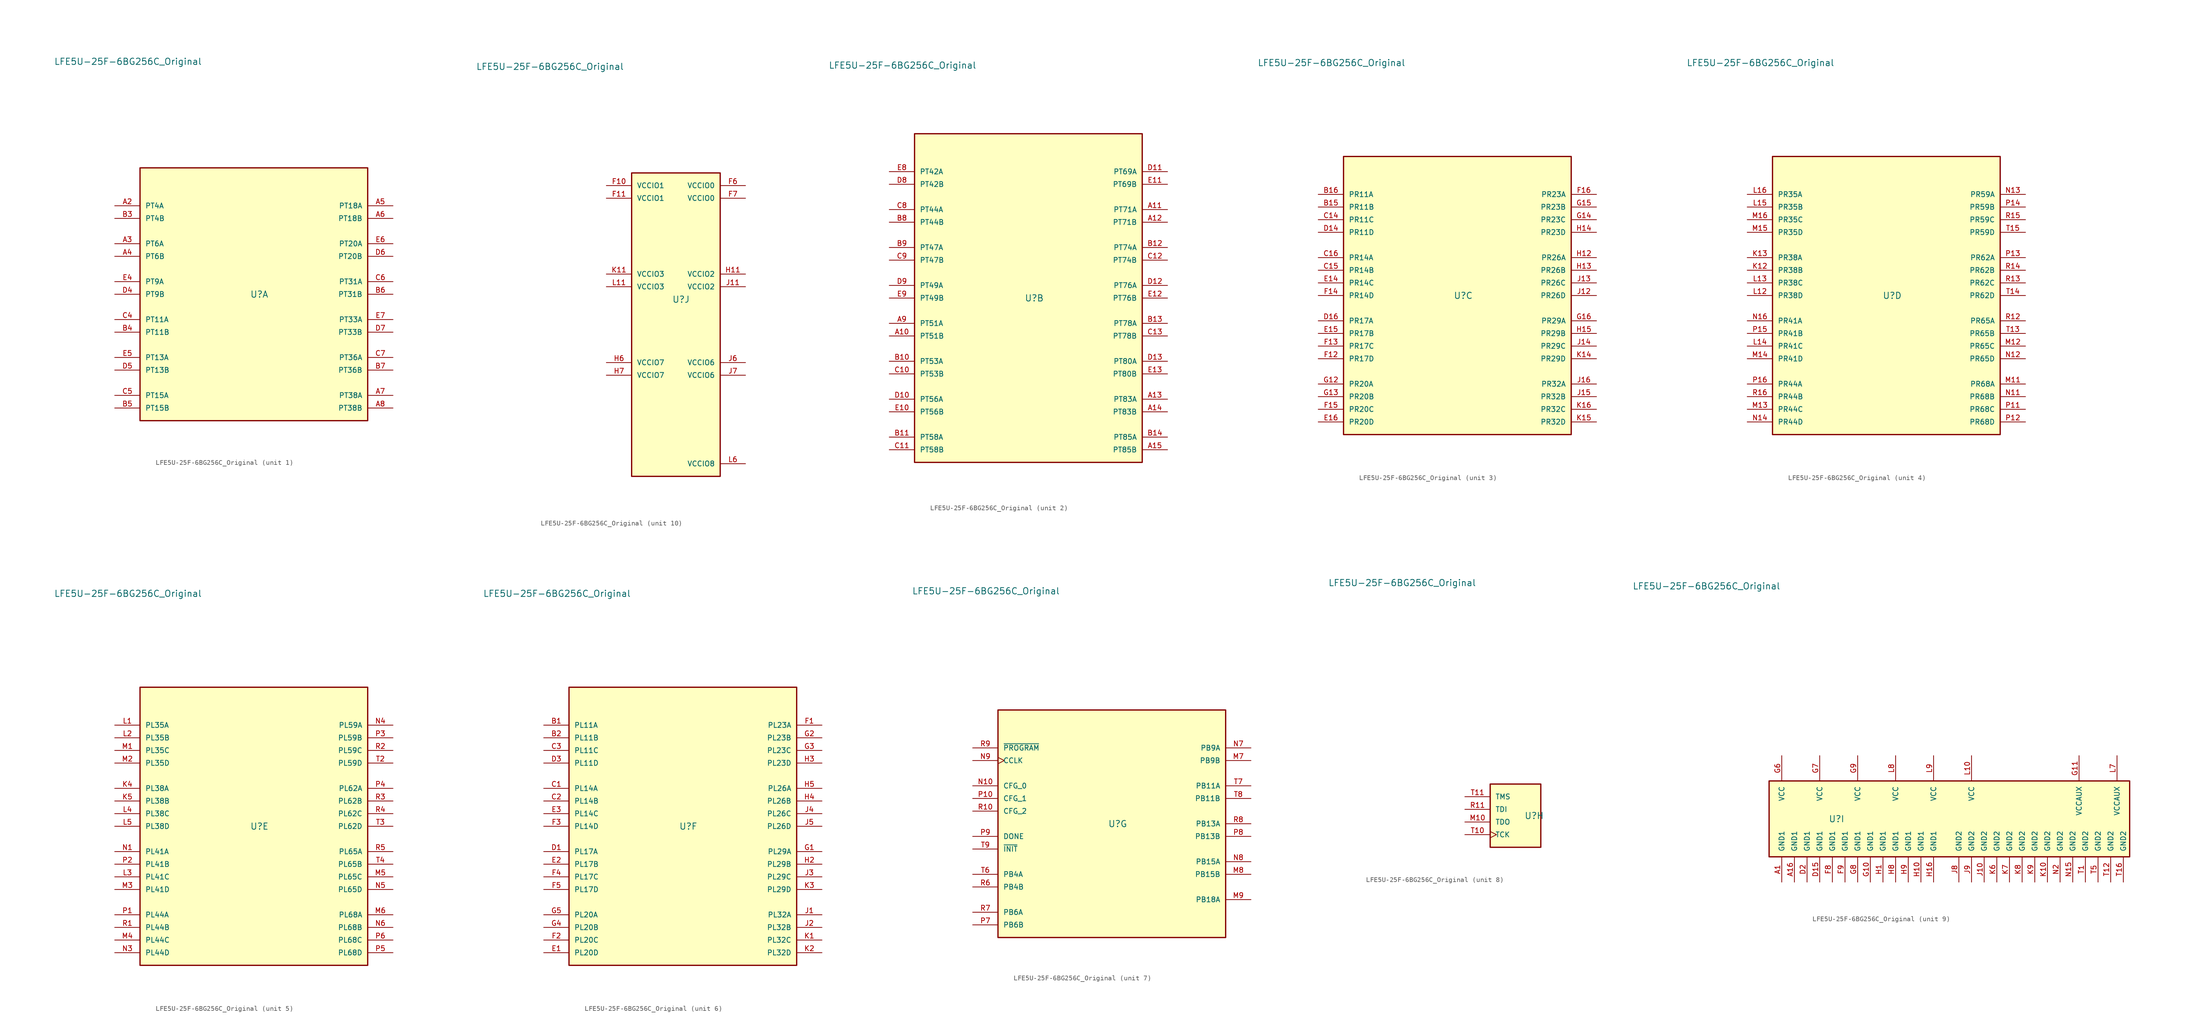
<source format=kicad_sym>
(kicad_symbol_lib
  (version 20241209)
  (generator "kicad_symbol_editor")
  (generator_version "9.0")
  (symbol "LFE5U-25F-6BG256C_Original"
    (pin_names
      (offset 1.016))
    (property "Reference" "U"
      (at -0.762 -0.762 0)
      (effects (font (size 1.27 1.27)) (justify left bottom)))
    (property "Value" "LFE5U-25F-6BG256C_Original"
      (at -40.132 47.498 0)
      (effects (font (size 1.27 1.27)) (justify left top)))
    (property "ki_locked" ""
      (at 0 0 0)
      (effects (font (size 1.27 1.27))))
    (symbol "LFE5U-25F-6BG256C_Original_1_0"
      (rectangle (start -22.86 -25.4) (end 22.86 25.4) (stroke (width 0.254) (type default)) (fill (type background)))
      (pin bidirectional line (at -27.94 17.78 0) (length 5.08) (name "PT4A" (effects (font (size 1.016 1.016)))) (number "A2" (effects (font (size 1.016 1.016)))))
      (pin bidirectional line (at -27.94 15.24 0) (length 5.08) (name "PT4B" (effects (font (size 1.016 1.016)))) (number "B3" (effects (font (size 1.016 1.016)))))
      (pin bidirectional line (at -27.94 10.16 0) (length 5.08) (name "PT6A" (effects (font (size 1.016 1.016)))) (number "A3" (effects (font (size 1.016 1.016)))))
      (pin bidirectional line (at -27.94 7.62 0) (length 5.08) (name "PT6B" (effects (font (size 1.016 1.016)))) (number "A4" (effects (font (size 1.016 1.016)))))
      (pin bidirectional line (at -27.94 2.54 0) (length 5.08) (name "PT9A" (effects (font (size 1.016 1.016)))) (number "E4" (effects (font (size 1.016 1.016)))))
      (pin bidirectional line (at -27.94 0 0) (length 5.08) (name "PT9B" (effects (font (size 1.016 1.016)))) (number "D4" (effects (font (size 1.016 1.016)))))
      (pin bidirectional line (at -27.94 -5.08 0) (length 5.08) (name "PT11A" (effects (font (size 1.016 1.016)))) (number "C4" (effects (font (size 1.016 1.016)))))
      (pin bidirectional line (at -27.94 -7.62 0) (length 5.08) (name "PT11B" (effects (font (size 1.016 1.016)))) (number "B4" (effects (font (size 1.016 1.016)))))
      (pin bidirectional line (at -27.94 -12.7 0) (length 5.08) (name "PT13A" (effects (font (size 1.016 1.016)))) (number "E5" (effects (font (size 1.016 1.016)))))
      (pin bidirectional line (at -27.94 -15.24 0) (length 5.08) (name "PT13B" (effects (font (size 1.016 1.016)))) (number "D5" (effects (font (size 1.016 1.016)))))
      (pin bidirectional line (at -27.94 -20.32 0) (length 5.08) (name "PT15A" (effects (font (size 1.016 1.016)))) (number "C5" (effects (font (size 1.016 1.016)))))
      (pin bidirectional line (at -27.94 -22.86 0) (length 5.08) (name "PT15B" (effects (font (size 1.016 1.016)))) (number "B5" (effects (font (size 1.016 1.016)))))
      (pin bidirectional line (at 27.94 17.78 180) (length 5.08) (name "PT18A" (effects (font (size 1.016 1.016)))) (number "A5" (effects (font (size 1.016 1.016)))))
      (pin bidirectional line (at 27.94 15.24 180) (length 5.08) (name "PT18B" (effects (font (size 1.016 1.016)))) (number "A6" (effects (font (size 1.016 1.016)))))
      (pin bidirectional line (at 27.94 10.16 180) (length 5.08) (name "PT20A" (effects (font (size 1.016 1.016)))) (number "E6" (effects (font (size 1.016 1.016)))))
      (pin bidirectional line (at 27.94 7.62 180) (length 5.08) (name "PT20B" (effects (font (size 1.016 1.016)))) (number "D6" (effects (font (size 1.016 1.016)))))
      (pin bidirectional line (at 27.94 2.54 180) (length 5.08) (name "PT31A" (effects (font (size 1.016 1.016)))) (number "C6" (effects (font (size 1.016 1.016)))))
      (pin bidirectional line (at 27.94 0 180) (length 5.08) (name "PT31B" (effects (font (size 1.016 1.016)))) (number "B6" (effects (font (size 1.016 1.016)))))
      (pin bidirectional line (at 27.94 -5.08 180) (length 5.08) (name "PT33A" (effects (font (size 1.016 1.016)))) (number "E7" (effects (font (size 1.016 1.016)))))
      (pin bidirectional line (at 27.94 -7.62 180) (length 5.08) (name "PT33B" (effects (font (size 1.016 1.016)))) (number "D7" (effects (font (size 1.016 1.016)))))
      (pin bidirectional line (at 27.94 -12.7 180) (length 5.08) (name "PT36A" (effects (font (size 1.016 1.016)))) (number "C7" (effects (font (size 1.016 1.016)))))
      (pin bidirectional line (at 27.94 -15.24 180) (length 5.08) (name "PT36B" (effects (font (size 1.016 1.016)))) (number "B7" (effects (font (size 1.016 1.016)))))
      (pin bidirectional line (at 27.94 -20.32 180) (length 5.08) (name "PT38A" (effects (font (size 1.016 1.016)))) (number "A7" (effects (font (size 1.016 1.016)))))
      (pin bidirectional line (at 27.94 -22.86 180) (length 5.08) (name "PT38B" (effects (font (size 1.016 1.016)))) (number "A8" (effects (font (size 1.016 1.016))))))
    (symbol "LFE5U-25F-6BG256C_Original_2_0"
      (rectangle (start -22.86 -33.02) (end 22.86 33.02) (stroke (width 0.254) (type default)) (fill (type background)))
      (pin bidirectional line (at -27.94 25.4 0) (length 5.08) (name "PT42A" (effects (font (size 1.016 1.016)))) (number "E8" (effects (font (size 1.016 1.016)))))
      (pin bidirectional line (at -27.94 22.86 0) (length 5.08) (name "PT42B" (effects (font (size 1.016 1.016)))) (number "D8" (effects (font (size 1.016 1.016)))))
      (pin bidirectional line (at -27.94 17.78 0) (length 5.08) (name "PT44A" (effects (font (size 1.016 1.016)))) (number "C8" (effects (font (size 1.016 1.016)))))
      (pin bidirectional line (at -27.94 15.24 0) (length 5.08) (name "PT44B" (effects (font (size 1.016 1.016)))) (number "B8" (effects (font (size 1.016 1.016)))))
      (pin bidirectional line (at -27.94 10.16 0) (length 5.08) (name "PT47A" (effects (font (size 1.016 1.016)))) (number "B9" (effects (font (size 1.016 1.016)))))
      (pin bidirectional line (at -27.94 7.62 0) (length 5.08) (name "PT47B" (effects (font (size 1.016 1.016)))) (number "C9" (effects (font (size 1.016 1.016)))))
      (pin bidirectional line (at -27.94 2.54 0) (length 5.08) (name "PT49A" (effects (font (size 1.016 1.016)))) (number "D9" (effects (font (size 1.016 1.016)))))
      (pin bidirectional line (at -27.94 0 0) (length 5.08) (name "PT49B" (effects (font (size 1.016 1.016)))) (number "E9" (effects (font (size 1.016 1.016)))))
      (pin bidirectional line (at -27.94 -5.08 0) (length 5.08) (name "PT51A" (effects (font (size 1.016 1.016)))) (number "A9" (effects (font (size 1.016 1.016)))))
      (pin bidirectional line (at -27.94 -7.62 0) (length 5.08) (name "PT51B" (effects (font (size 1.016 1.016)))) (number "A10" (effects (font (size 1.016 1.016)))))
      (pin bidirectional line (at -27.94 -12.7 0) (length 5.08) (name "PT53A" (effects (font (size 1.016 1.016)))) (number "B10" (effects (font (size 1.016 1.016)))))
      (pin bidirectional line (at -27.94 -15.24 0) (length 5.08) (name "PT53B" (effects (font (size 1.016 1.016)))) (number "C10" (effects (font (size 1.016 1.016)))))
      (pin bidirectional line (at -27.94 -20.32 0) (length 5.08) (name "PT56A" (effects (font (size 1.016 1.016)))) (number "D10" (effects (font (size 1.016 1.016)))))
      (pin bidirectional line (at -27.94 -22.86 0) (length 5.08) (name "PT56B" (effects (font (size 1.016 1.016)))) (number "E10" (effects (font (size 1.016 1.016)))))
      (pin bidirectional line (at -27.94 -27.94 0) (length 5.08) (name "PT58A" (effects (font (size 1.016 1.016)))) (number "B11" (effects (font (size 1.016 1.016)))))
      (pin bidirectional line (at -27.94 -30.48 0) (length 5.08) (name "PT58B" (effects (font (size 1.016 1.016)))) (number "C11" (effects (font (size 1.016 1.016)))))
      (pin bidirectional line (at 27.94 25.4 180) (length 5.08) (name "PT69A" (effects (font (size 1.016 1.016)))) (number "D11" (effects (font (size 1.016 1.016)))))
      (pin bidirectional line (at 27.94 22.86 180) (length 5.08) (name "PT69B" (effects (font (size 1.016 1.016)))) (number "E11" (effects (font (size 1.016 1.016)))))
      (pin bidirectional line (at 27.94 17.78 180) (length 5.08) (name "PT71A" (effects (font (size 1.016 1.016)))) (number "A11" (effects (font (size 1.016 1.016)))))
      (pin bidirectional line (at 27.94 15.24 180) (length 5.08) (name "PT71B" (effects (font (size 1.016 1.016)))) (number "A12" (effects (font (size 1.016 1.016)))))
      (pin bidirectional line (at 27.94 10.16 180) (length 5.08) (name "PT74A" (effects (font (size 1.016 1.016)))) (number "B12" (effects (font (size 1.016 1.016)))))
      (pin bidirectional line (at 27.94 7.62 180) (length 5.08) (name "PT74B" (effects (font (size 1.016 1.016)))) (number "C12" (effects (font (size 1.016 1.016)))))
      (pin bidirectional line (at 27.94 2.54 180) (length 5.08) (name "PT76A" (effects (font (size 1.016 1.016)))) (number "D12" (effects (font (size 1.016 1.016)))))
      (pin bidirectional line (at 27.94 0 180) (length 5.08) (name "PT76B" (effects (font (size 1.016 1.016)))) (number "E12" (effects (font (size 1.016 1.016)))))
      (pin bidirectional line (at 27.94 -5.08 180) (length 5.08) (name "PT78A" (effects (font (size 1.016 1.016)))) (number "B13" (effects (font (size 1.016 1.016)))))
      (pin bidirectional line (at 27.94 -7.62 180) (length 5.08) (name "PT78B" (effects (font (size 1.016 1.016)))) (number "C13" (effects (font (size 1.016 1.016)))))
      (pin bidirectional line (at 27.94 -12.7 180) (length 5.08) (name "PT80A" (effects (font (size 1.016 1.016)))) (number "D13" (effects (font (size 1.016 1.016)))))
      (pin bidirectional line (at 27.94 -15.24 180) (length 5.08) (name "PT80B" (effects (font (size 1.016 1.016)))) (number "E13" (effects (font (size 1.016 1.016)))))
      (pin bidirectional line (at 27.94 -20.32 180) (length 5.08) (name "PT83A" (effects (font (size 1.016 1.016)))) (number "A13" (effects (font (size 1.016 1.016)))))
      (pin bidirectional line (at 27.94 -22.86 180) (length 5.08) (name "PT83B" (effects (font (size 1.016 1.016)))) (number "A14" (effects (font (size 1.016 1.016)))))
      (pin bidirectional line (at 27.94 -27.94 180) (length 5.08) (name "PT85A" (effects (font (size 1.016 1.016)))) (number "B14" (effects (font (size 1.016 1.016)))))
      (pin bidirectional line (at 27.94 -30.48 180) (length 5.08) (name "PT85B" (effects (font (size 1.016 1.016)))) (number "A15" (effects (font (size 1.016 1.016))))))
    (symbol "LFE5U-25F-6BG256C_Original_3_0"
      (rectangle (start -22.86 -27.94) (end 22.86 27.94) (stroke (width 0.254) (type default)) (fill (type background)))
      (pin bidirectional line (at -27.94 20.32 0) (length 5.08) (name "PR11A" (effects (font (size 1.016 1.016)))) (number "B16" (effects (font (size 1.016 1.016)))))
      (pin bidirectional line (at -27.94 17.78 0) (length 5.08) (name "PR11B" (effects (font (size 1.016 1.016)))) (number "B15" (effects (font (size 1.016 1.016)))))
      (pin bidirectional line (at -27.94 15.24 0) (length 5.08) (name "PR11C" (effects (font (size 1.016 1.016)))) (number "C14" (effects (font (size 1.016 1.016)))))
      (pin bidirectional line (at -27.94 12.7 0) (length 5.08) (name "PR11D" (effects (font (size 1.016 1.016)))) (number "D14" (effects (font (size 1.016 1.016)))))
      (pin bidirectional line (at -27.94 7.62 0) (length 5.08) (name "PR14A" (effects (font (size 1.016 1.016)))) (number "C16" (effects (font (size 1.016 1.016)))))
      (pin bidirectional line (at -27.94 5.08 0) (length 5.08) (name "PR14B" (effects (font (size 1.016 1.016)))) (number "C15" (effects (font (size 1.016 1.016)))))
      (pin bidirectional line (at -27.94 2.54 0) (length 5.08) (name "PR14C" (effects (font (size 1.016 1.016)))) (number "E14" (effects (font (size 1.016 1.016)))))
      (pin bidirectional line (at -27.94 0 0) (length 5.08) (name "PR14D" (effects (font (size 1.016 1.016)))) (number "F14" (effects (font (size 1.016 1.016)))))
      (pin bidirectional line (at -27.94 -5.08 0) (length 5.08) (name "PR17A" (effects (font (size 1.016 1.016)))) (number "D16" (effects (font (size 1.016 1.016)))))
      (pin bidirectional line (at -27.94 -7.62 0) (length 5.08) (name "PR17B" (effects (font (size 1.016 1.016)))) (number "E15" (effects (font (size 1.016 1.016)))))
      (pin bidirectional line (at -27.94 -10.16 0) (length 5.08) (name "PR17C" (effects (font (size 1.016 1.016)))) (number "F13" (effects (font (size 1.016 1.016)))))
      (pin bidirectional line (at -27.94 -12.7 0) (length 5.08) (name "PR17D" (effects (font (size 1.016 1.016)))) (number "F12" (effects (font (size 1.016 1.016)))))
      (pin bidirectional line (at -27.94 -17.78 0) (length 5.08) (name "PR20A" (effects (font (size 1.016 1.016)))) (number "G12" (effects (font (size 1.016 1.016)))))
      (pin bidirectional line (at -27.94 -20.32 0) (length 5.08) (name "PR20B" (effects (font (size 1.016 1.016)))) (number "G13" (effects (font (size 1.016 1.016)))))
      (pin bidirectional line (at -27.94 -22.86 0) (length 5.08) (name "PR20C" (effects (font (size 1.016 1.016)))) (number "F15" (effects (font (size 1.016 1.016)))))
      (pin bidirectional line (at -27.94 -25.4 0) (length 5.08) (name "PR20D" (effects (font (size 1.016 1.016)))) (number "E16" (effects (font (size 1.016 1.016)))))
      (pin bidirectional line (at 27.94 20.32 180) (length 5.08) (name "PR23A" (effects (font (size 1.016 1.016)))) (number "F16" (effects (font (size 1.016 1.016)))))
      (pin bidirectional line (at 27.94 17.78 180) (length 5.08) (name "PR23B" (effects (font (size 1.016 1.016)))) (number "G15" (effects (font (size 1.016 1.016)))))
      (pin bidirectional line (at 27.94 15.24 180) (length 5.08) (name "PR23C" (effects (font (size 1.016 1.016)))) (number "G14" (effects (font (size 1.016 1.016)))))
      (pin bidirectional line (at 27.94 12.7 180) (length 5.08) (name "PR23D" (effects (font (size 1.016 1.016)))) (number "H14" (effects (font (size 1.016 1.016)))))
      (pin bidirectional line (at 27.94 7.62 180) (length 5.08) (name "PR26A" (effects (font (size 1.016 1.016)))) (number "H12" (effects (font (size 1.016 1.016)))))
      (pin bidirectional line (at 27.94 5.08 180) (length 5.08) (name "PR26B" (effects (font (size 1.016 1.016)))) (number "H13" (effects (font (size 1.016 1.016)))))
      (pin bidirectional line (at 27.94 2.54 180) (length 5.08) (name "PR26C" (effects (font (size 1.016 1.016)))) (number "J13" (effects (font (size 1.016 1.016)))))
      (pin bidirectional line (at 27.94 0 180) (length 5.08) (name "PR26D" (effects (font (size 1.016 1.016)))) (number "J12" (effects (font (size 1.016 1.016)))))
      (pin bidirectional line (at 27.94 -5.08 180) (length 5.08) (name "PR29A" (effects (font (size 1.016 1.016)))) (number "G16" (effects (font (size 1.016 1.016)))))
      (pin bidirectional line (at 27.94 -7.62 180) (length 5.08) (name "PR29B" (effects (font (size 1.016 1.016)))) (number "H15" (effects (font (size 1.016 1.016)))))
      (pin bidirectional line (at 27.94 -10.16 180) (length 5.08) (name "PR29C" (effects (font (size 1.016 1.016)))) (number "J14" (effects (font (size 1.016 1.016)))))
      (pin bidirectional line (at 27.94 -12.7 180) (length 5.08) (name "PR29D" (effects (font (size 1.016 1.016)))) (number "K14" (effects (font (size 1.016 1.016)))))
      (pin bidirectional line (at 27.94 -17.78 180) (length 5.08) (name "PR32A" (effects (font (size 1.016 1.016)))) (number "J16" (effects (font (size 1.016 1.016)))))
      (pin bidirectional line (at 27.94 -20.32 180) (length 5.08) (name "PR32B" (effects (font (size 1.016 1.016)))) (number "J15" (effects (font (size 1.016 1.016)))))
      (pin bidirectional line (at 27.94 -22.86 180) (length 5.08) (name "PR32C" (effects (font (size 1.016 1.016)))) (number "K16" (effects (font (size 1.016 1.016)))))
      (pin bidirectional line (at 27.94 -25.4 180) (length 5.08) (name "PR32D" (effects (font (size 1.016 1.016)))) (number "K15" (effects (font (size 1.016 1.016))))))
    (symbol "LFE5U-25F-6BG256C_Original_4_0"
      (rectangle (start -22.86 -27.94) (end 22.86 27.94) (stroke (width 0.254) (type default)) (fill (type background)))
      (pin bidirectional line (at -27.94 20.32 0) (length 5.08) (name "PR35A" (effects (font (size 1.016 1.016)))) (number "L16" (effects (font (size 1.016 1.016)))))
      (pin bidirectional line (at -27.94 17.78 0) (length 5.08) (name "PR35B" (effects (font (size 1.016 1.016)))) (number "L15" (effects (font (size 1.016 1.016)))))
      (pin bidirectional line (at -27.94 15.24 0) (length 5.08) (name "PR35C" (effects (font (size 1.016 1.016)))) (number "M16" (effects (font (size 1.016 1.016)))))
      (pin bidirectional line (at -27.94 12.7 0) (length 5.08) (name "PR35D" (effects (font (size 1.016 1.016)))) (number "M15" (effects (font (size 1.016 1.016)))))
      (pin bidirectional line (at -27.94 7.62 0) (length 5.08) (name "PR38A" (effects (font (size 1.016 1.016)))) (number "K13" (effects (font (size 1.016 1.016)))))
      (pin bidirectional line (at -27.94 5.08 0) (length 5.08) (name "PR38B" (effects (font (size 1.016 1.016)))) (number "K12" (effects (font (size 1.016 1.016)))))
      (pin bidirectional line (at -27.94 2.54 0) (length 5.08) (name "PR38C" (effects (font (size 1.016 1.016)))) (number "L13" (effects (font (size 1.016 1.016)))))
      (pin bidirectional line (at -27.94 0 0) (length 5.08) (name "PR38D" (effects (font (size 1.016 1.016)))) (number "L12" (effects (font (size 1.016 1.016)))))
      (pin bidirectional line (at -27.94 -5.08 0) (length 5.08) (name "PR41A" (effects (font (size 1.016 1.016)))) (number "N16" (effects (font (size 1.016 1.016)))))
      (pin bidirectional line (at -27.94 -7.62 0) (length 5.08) (name "PR41B" (effects (font (size 1.016 1.016)))) (number "P15" (effects (font (size 1.016 1.016)))))
      (pin bidirectional line (at -27.94 -10.16 0) (length 5.08) (name "PR41C" (effects (font (size 1.016 1.016)))) (number "L14" (effects (font (size 1.016 1.016)))))
      (pin bidirectional line (at -27.94 -12.7 0) (length 5.08) (name "PR41D" (effects (font (size 1.016 1.016)))) (number "M14" (effects (font (size 1.016 1.016)))))
      (pin bidirectional line (at -27.94 -17.78 0) (length 5.08) (name "PR44A" (effects (font (size 1.016 1.016)))) (number "P16" (effects (font (size 1.016 1.016)))))
      (pin bidirectional line (at -27.94 -20.32 0) (length 5.08) (name "PR44B" (effects (font (size 1.016 1.016)))) (number "R16" (effects (font (size 1.016 1.016)))))
      (pin bidirectional line (at -27.94 -22.86 0) (length 5.08) (name "PR44C" (effects (font (size 1.016 1.016)))) (number "M13" (effects (font (size 1.016 1.016)))))
      (pin bidirectional line (at -27.94 -25.4 0) (length 5.08) (name "PR44D" (effects (font (size 1.016 1.016)))) (number "N14" (effects (font (size 1.016 1.016)))))
      (pin bidirectional line (at 27.94 20.32 180) (length 5.08) (name "PR59A" (effects (font (size 1.016 1.016)))) (number "N13" (effects (font (size 1.016 1.016)))))
      (pin bidirectional line (at 27.94 17.78 180) (length 5.08) (name "PR59B" (effects (font (size 1.016 1.016)))) (number "P14" (effects (font (size 1.016 1.016)))))
      (pin bidirectional line (at 27.94 15.24 180) (length 5.08) (name "PR59C" (effects (font (size 1.016 1.016)))) (number "R15" (effects (font (size 1.016 1.016)))))
      (pin bidirectional line (at 27.94 12.7 180) (length 5.08) (name "PR59D" (effects (font (size 1.016 1.016)))) (number "T15" (effects (font (size 1.016 1.016)))))
      (pin bidirectional line (at 27.94 7.62 180) (length 5.08) (name "PR62A" (effects (font (size 1.016 1.016)))) (number "P13" (effects (font (size 1.016 1.016)))))
      (pin bidirectional line (at 27.94 5.08 180) (length 5.08) (name "PR62B" (effects (font (size 1.016 1.016)))) (number "R14" (effects (font (size 1.016 1.016)))))
      (pin bidirectional line (at 27.94 2.54 180) (length 5.08) (name "PR62C" (effects (font (size 1.016 1.016)))) (number "R13" (effects (font (size 1.016 1.016)))))
      (pin bidirectional line (at 27.94 0 180) (length 5.08) (name "PR62D" (effects (font (size 1.016 1.016)))) (number "T14" (effects (font (size 1.016 1.016)))))
      (pin bidirectional line (at 27.94 -5.08 180) (length 5.08) (name "PR65A" (effects (font (size 1.016 1.016)))) (number "R12" (effects (font (size 1.016 1.016)))))
      (pin bidirectional line (at 27.94 -7.62 180) (length 5.08) (name "PR65B" (effects (font (size 1.016 1.016)))) (number "T13" (effects (font (size 1.016 1.016)))))
      (pin bidirectional line (at 27.94 -10.16 180) (length 5.08) (name "PR65C" (effects (font (size 1.016 1.016)))) (number "M12" (effects (font (size 1.016 1.016)))))
      (pin bidirectional line (at 27.94 -12.7 180) (length 5.08) (name "PR65D" (effects (font (size 1.016 1.016)))) (number "N12" (effects (font (size 1.016 1.016)))))
      (pin bidirectional line (at 27.94 -17.78 180) (length 5.08) (name "PR68A" (effects (font (size 1.016 1.016)))) (number "M11" (effects (font (size 1.016 1.016)))))
      (pin bidirectional line (at 27.94 -20.32 180) (length 5.08) (name "PR68B" (effects (font (size 1.016 1.016)))) (number "N11" (effects (font (size 1.016 1.016)))))
      (pin bidirectional line (at 27.94 -22.86 180) (length 5.08) (name "PR68C" (effects (font (size 1.016 1.016)))) (number "P11" (effects (font (size 1.016 1.016)))))
      (pin bidirectional line (at 27.94 -25.4 180) (length 5.08) (name "PR68D" (effects (font (size 1.016 1.016)))) (number "P12" (effects (font (size 1.016 1.016))))))
    (symbol "LFE5U-25F-6BG256C_Original_5_0"
      (rectangle (start -22.86 -27.94) (end 22.86 27.94) (stroke (width 0.254) (type default)) (fill (type background)))
      (pin bidirectional line (at -27.94 20.32 0) (length 5.08) (name "PL35A" (effects (font (size 1.016 1.016)))) (number "L1" (effects (font (size 1.016 1.016)))))
      (pin bidirectional line (at -27.94 17.78 0) (length 5.08) (name "PL35B" (effects (font (size 1.016 1.016)))) (number "L2" (effects (font (size 1.016 1.016)))))
      (pin bidirectional line (at -27.94 15.24 0) (length 5.08) (name "PL35C" (effects (font (size 1.016 1.016)))) (number "M1" (effects (font (size 1.016 1.016)))))
      (pin bidirectional line (at -27.94 12.7 0) (length 5.08) (name "PL35D" (effects (font (size 1.016 1.016)))) (number "M2" (effects (font (size 1.016 1.016)))))
      (pin bidirectional line (at -27.94 7.62 0) (length 5.08) (name "PL38A" (effects (font (size 1.016 1.016)))) (number "K4" (effects (font (size 1.016 1.016)))))
      (pin bidirectional line (at -27.94 5.08 0) (length 5.08) (name "PL38B" (effects (font (size 1.016 1.016)))) (number "K5" (effects (font (size 1.016 1.016)))))
      (pin bidirectional line (at -27.94 2.54 0) (length 5.08) (name "PL38C" (effects (font (size 1.016 1.016)))) (number "L4" (effects (font (size 1.016 1.016)))))
      (pin bidirectional line (at -27.94 0 0) (length 5.08) (name "PL38D" (effects (font (size 1.016 1.016)))) (number "L5" (effects (font (size 1.016 1.016)))))
      (pin bidirectional line (at -27.94 -5.08 0) (length 5.08) (name "PL41A" (effects (font (size 1.016 1.016)))) (number "N1" (effects (font (size 1.016 1.016)))))
      (pin bidirectional line (at -27.94 -7.62 0) (length 5.08) (name "PL41B" (effects (font (size 1.016 1.016)))) (number "P2" (effects (font (size 1.016 1.016)))))
      (pin bidirectional line (at -27.94 -10.16 0) (length 5.08) (name "PL41C" (effects (font (size 1.016 1.016)))) (number "L3" (effects (font (size 1.016 1.016)))))
      (pin bidirectional line (at -27.94 -12.7 0) (length 5.08) (name "PL41D" (effects (font (size 1.016 1.016)))) (number "M3" (effects (font (size 1.016 1.016)))))
      (pin bidirectional line (at -27.94 -17.78 0) (length 5.08) (name "PL44A" (effects (font (size 1.016 1.016)))) (number "P1" (effects (font (size 1.016 1.016)))))
      (pin bidirectional line (at -27.94 -20.32 0) (length 5.08) (name "PL44B" (effects (font (size 1.016 1.016)))) (number "R1" (effects (font (size 1.016 1.016)))))
      (pin bidirectional line (at -27.94 -22.86 0) (length 5.08) (name "PL44C" (effects (font (size 1.016 1.016)))) (number "M4" (effects (font (size 1.016 1.016)))))
      (pin bidirectional line (at -27.94 -25.4 0) (length 5.08) (name "PL44D" (effects (font (size 1.016 1.016)))) (number "N3" (effects (font (size 1.016 1.016)))))
      (pin bidirectional line (at 27.94 20.32 180) (length 5.08) (name "PL59A" (effects (font (size 1.016 1.016)))) (number "N4" (effects (font (size 1.016 1.016)))))
      (pin bidirectional line (at 27.94 17.78 180) (length 5.08) (name "PL59B" (effects (font (size 1.016 1.016)))) (number "P3" (effects (font (size 1.016 1.016)))))
      (pin bidirectional line (at 27.94 15.24 180) (length 5.08) (name "PL59C" (effects (font (size 1.016 1.016)))) (number "R2" (effects (font (size 1.016 1.016)))))
      (pin bidirectional line (at 27.94 12.7 180) (length 5.08) (name "PL59D" (effects (font (size 1.016 1.016)))) (number "T2" (effects (font (size 1.016 1.016)))))
      (pin bidirectional line (at 27.94 7.62 180) (length 5.08) (name "PL62A" (effects (font (size 1.016 1.016)))) (number "P4" (effects (font (size 1.016 1.016)))))
      (pin bidirectional line (at 27.94 5.08 180) (length 5.08) (name "PL62B" (effects (font (size 1.016 1.016)))) (number "R3" (effects (font (size 1.016 1.016)))))
      (pin bidirectional line (at 27.94 2.54 180) (length 5.08) (name "PL62C" (effects (font (size 1.016 1.016)))) (number "R4" (effects (font (size 1.016 1.016)))))
      (pin bidirectional line (at 27.94 0 180) (length 5.08) (name "PL62D" (effects (font (size 1.016 1.016)))) (number "T3" (effects (font (size 1.016 1.016)))))
      (pin bidirectional line (at 27.94 -5.08 180) (length 5.08) (name "PL65A" (effects (font (size 1.016 1.016)))) (number "R5" (effects (font (size 1.016 1.016)))))
      (pin bidirectional line (at 27.94 -7.62 180) (length 5.08) (name "PL65B" (effects (font (size 1.016 1.016)))) (number "T4" (effects (font (size 1.016 1.016)))))
      (pin bidirectional line (at 27.94 -10.16 180) (length 5.08) (name "PL65C" (effects (font (size 1.016 1.016)))) (number "M5" (effects (font (size 1.016 1.016)))))
      (pin bidirectional line (at 27.94 -12.7 180) (length 5.08) (name "PL65D" (effects (font (size 1.016 1.016)))) (number "N5" (effects (font (size 1.016 1.016)))))
      (pin bidirectional line (at 27.94 -17.78 180) (length 5.08) (name "PL68A" (effects (font (size 1.016 1.016)))) (number "M6" (effects (font (size 1.016 1.016)))))
      (pin bidirectional line (at 27.94 -20.32 180) (length 5.08) (name "PL68B" (effects (font (size 1.016 1.016)))) (number "N6" (effects (font (size 1.016 1.016)))))
      (pin bidirectional line (at 27.94 -22.86 180) (length 5.08) (name "PL68C" (effects (font (size 1.016 1.016)))) (number "P6" (effects (font (size 1.016 1.016)))))
      (pin bidirectional line (at 27.94 -25.4 180) (length 5.08) (name "PL68D" (effects (font (size 1.016 1.016)))) (number "P5" (effects (font (size 1.016 1.016))))))
    (symbol "LFE5U-25F-6BG256C_Original_6_0"
      (rectangle (start -22.86 -27.94) (end 22.86 27.94) (stroke (width 0.254) (type default)) (fill (type background)))
      (pin bidirectional line (at -27.94 20.32 0) (length 5.08) (name "PL11A" (effects (font (size 1.016 1.016)))) (number "B1" (effects (font (size 1.016 1.016)))))
      (pin bidirectional line (at -27.94 17.78 0) (length 5.08) (name "PL11B" (effects (font (size 1.016 1.016)))) (number "B2" (effects (font (size 1.016 1.016)))))
      (pin bidirectional line (at -27.94 15.24 0) (length 5.08) (name "PL11C" (effects (font (size 1.016 1.016)))) (number "C3" (effects (font (size 1.016 1.016)))))
      (pin bidirectional line (at -27.94 12.7 0) (length 5.08) (name "PL11D" (effects (font (size 1.016 1.016)))) (number "D3" (effects (font (size 1.016 1.016)))))
      (pin bidirectional line (at -27.94 7.62 0) (length 5.08) (name "PL14A" (effects (font (size 1.016 1.016)))) (number "C1" (effects (font (size 1.016 1.016)))))
      (pin bidirectional line (at -27.94 5.08 0) (length 5.08) (name "PL14B" (effects (font (size 1.016 1.016)))) (number "C2" (effects (font (size 1.016 1.016)))))
      (pin bidirectional line (at -27.94 2.54 0) (length 5.08) (name "PL14C" (effects (font (size 1.016 1.016)))) (number "E3" (effects (font (size 1.016 1.016)))))
      (pin bidirectional line (at -27.94 0 0) (length 5.08) (name "PL14D" (effects (font (size 1.016 1.016)))) (number "F3" (effects (font (size 1.016 1.016)))))
      (pin bidirectional line (at -27.94 -5.08 0) (length 5.08) (name "PL17A" (effects (font (size 1.016 1.016)))) (number "D1" (effects (font (size 1.016 1.016)))))
      (pin bidirectional line (at -27.94 -7.62 0) (length 5.08) (name "PL17B" (effects (font (size 1.016 1.016)))) (number "E2" (effects (font (size 1.016 1.016)))))
      (pin bidirectional line (at -27.94 -10.16 0) (length 5.08) (name "PL17C" (effects (font (size 1.016 1.016)))) (number "F4" (effects (font (size 1.016 1.016)))))
      (pin bidirectional line (at -27.94 -12.7 0) (length 5.08) (name "PL17D" (effects (font (size 1.016 1.016)))) (number "F5" (effects (font (size 1.016 1.016)))))
      (pin bidirectional line (at -27.94 -17.78 0) (length 5.08) (name "PL20A" (effects (font (size 1.016 1.016)))) (number "G5" (effects (font (size 1.016 1.016)))))
      (pin bidirectional line (at -27.94 -20.32 0) (length 5.08) (name "PL20B" (effects (font (size 1.016 1.016)))) (number "G4" (effects (font (size 1.016 1.016)))))
      (pin bidirectional line (at -27.94 -22.86 0) (length 5.08) (name "PL20C" (effects (font (size 1.016 1.016)))) (number "F2" (effects (font (size 1.016 1.016)))))
      (pin bidirectional line (at -27.94 -25.4 0) (length 5.08) (name "PL20D" (effects (font (size 1.016 1.016)))) (number "E1" (effects (font (size 1.016 1.016)))))
      (pin bidirectional line (at 27.94 20.32 180) (length 5.08) (name "PL23A" (effects (font (size 1.016 1.016)))) (number "F1" (effects (font (size 1.016 1.016)))))
      (pin bidirectional line (at 27.94 17.78 180) (length 5.08) (name "PL23B" (effects (font (size 1.016 1.016)))) (number "G2" (effects (font (size 1.016 1.016)))))
      (pin bidirectional line (at 27.94 15.24 180) (length 5.08) (name "PL23C" (effects (font (size 1.016 1.016)))) (number "G3" (effects (font (size 1.016 1.016)))))
      (pin bidirectional line (at 27.94 12.7 180) (length 5.08) (name "PL23D" (effects (font (size 1.016 1.016)))) (number "H3" (effects (font (size 1.016 1.016)))))
      (pin bidirectional line (at 27.94 7.62 180) (length 5.08) (name "PL26A" (effects (font (size 1.016 1.016)))) (number "H5" (effects (font (size 1.016 1.016)))))
      (pin bidirectional line (at 27.94 5.08 180) (length 5.08) (name "PL26B" (effects (font (size 1.016 1.016)))) (number "H4" (effects (font (size 1.016 1.016)))))
      (pin bidirectional line (at 27.94 2.54 180) (length 5.08) (name "PL26C" (effects (font (size 1.016 1.016)))) (number "J4" (effects (font (size 1.016 1.016)))))
      (pin bidirectional line (at 27.94 0 180) (length 5.08) (name "PL26D" (effects (font (size 1.016 1.016)))) (number "J5" (effects (font (size 1.016 1.016)))))
      (pin bidirectional line (at 27.94 -5.08 180) (length 5.08) (name "PL29A" (effects (font (size 1.016 1.016)))) (number "G1" (effects (font (size 1.016 1.016)))))
      (pin bidirectional line (at 27.94 -7.62 180) (length 5.08) (name "PL29B" (effects (font (size 1.016 1.016)))) (number "H2" (effects (font (size 1.016 1.016)))))
      (pin bidirectional line (at 27.94 -10.16 180) (length 5.08) (name "PL29C" (effects (font (size 1.016 1.016)))) (number "J3" (effects (font (size 1.016 1.016)))))
      (pin bidirectional line (at 27.94 -12.7 180) (length 5.08) (name "PL29D" (effects (font (size 1.016 1.016)))) (number "K3" (effects (font (size 1.016 1.016)))))
      (pin bidirectional line (at 27.94 -17.78 180) (length 5.08) (name "PL32A" (effects (font (size 1.016 1.016)))) (number "J1" (effects (font (size 1.016 1.016)))))
      (pin bidirectional line (at 27.94 -20.32 180) (length 5.08) (name "PL32B" (effects (font (size 1.016 1.016)))) (number "J2" (effects (font (size 1.016 1.016)))))
      (pin bidirectional line (at 27.94 -22.86 180) (length 5.08) (name "PL32C" (effects (font (size 1.016 1.016)))) (number "K1" (effects (font (size 1.016 1.016)))))
      (pin bidirectional line (at 27.94 -25.4 180) (length 5.08) (name "PL32D" (effects (font (size 1.016 1.016)))) (number "K2" (effects (font (size 1.016 1.016))))))
    (symbol "LFE5U-25F-6BG256C_Original_7_0"
      (rectangle (start -22.86 -22.86) (end 22.86 22.86) (stroke (width 0.254) (type default)) (fill (type background)))
      (pin input line (at -27.94 15.24 0) (length 5.08) (name "~{PROGRAM}" (effects (font (size 1.016 1.016)))) (number "R9" (effects (font (size 1.016 1.016)))))
      (pin input clock (at -27.94 12.7 0) (length 5.08) (name "CCLK" (effects (font (size 1.016 1.016)))) (number "N9" (effects (font (size 1.016 1.016)))))
      (pin input line (at -27.94 7.62 0) (length 5.08) (name "CFG_0" (effects (font (size 1.016 1.016)))) (number "N10" (effects (font (size 1.016 1.016)))))
      (pin input line (at -27.94 5.08 0) (length 5.08) (name "CFG_1" (effects (font (size 1.016 1.016)))) (number "P10" (effects (font (size 1.016 1.016)))))
      (pin input line (at -27.94 2.54 0) (length 5.08) (name "CFG_2" (effects (font (size 1.016 1.016)))) (number "R10" (effects (font (size 1.016 1.016)))))
      (pin bidirectional line (at -27.94 -2.54 0) (length 5.08) (name "DONE" (effects (font (size 1.016 1.016)))) (number "P9" (effects (font (size 1.016 1.016)))))
      (pin bidirectional line (at -27.94 -5.08 0) (length 5.08) (name "~{INIT}" (effects (font (size 1.016 1.016)))) (number "T9" (effects (font (size 1.016 1.016)))))
      (pin bidirectional line (at -27.94 -10.16 0) (length 5.08) (name "PB4A" (effects (font (size 1.016 1.016)))) (number "T6" (effects (font (size 1.016 1.016)))))
      (pin bidirectional line (at -27.94 -12.7 0) (length 5.08) (name "PB4B" (effects (font (size 1.016 1.016)))) (number "R6" (effects (font (size 1.016 1.016)))))
      (pin bidirectional line (at -27.94 -17.78 0) (length 5.08) (name "PB6A" (effects (font (size 1.016 1.016)))) (number "R7" (effects (font (size 1.016 1.016)))))
      (pin bidirectional line (at -27.94 -20.32 0) (length 5.08) (name "PB6B" (effects (font (size 1.016 1.016)))) (number "P7" (effects (font (size 1.016 1.016)))))
      (pin bidirectional line (at 27.94 15.24 180) (length 5.08) (name "PB9A" (effects (font (size 1.016 1.016)))) (number "N7" (effects (font (size 1.016 1.016)))))
      (pin bidirectional line (at 27.94 12.7 180) (length 5.08) (name "PB9B" (effects (font (size 1.016 1.016)))) (number "M7" (effects (font (size 1.016 1.016)))))
      (pin bidirectional line (at 27.94 7.62 180) (length 5.08) (name "PB11A" (effects (font (size 1.016 1.016)))) (number "T7" (effects (font (size 1.016 1.016)))))
      (pin bidirectional line (at 27.94 5.08 180) (length 5.08) (name "PB11B" (effects (font (size 1.016 1.016)))) (number "T8" (effects (font (size 1.016 1.016)))))
      (pin bidirectional line (at 27.94 0 180) (length 5.08) (name "PB13A" (effects (font (size 1.016 1.016)))) (number "R8" (effects (font (size 1.016 1.016)))))
      (pin bidirectional line (at 27.94 -2.54 180) (length 5.08) (name "PB13B" (effects (font (size 1.016 1.016)))) (number "P8" (effects (font (size 1.016 1.016)))))
      (pin bidirectional line (at 27.94 -7.62 180) (length 5.08) (name "PB15A" (effects (font (size 1.016 1.016)))) (number "N8" (effects (font (size 1.016 1.016)))))
      (pin bidirectional line (at 27.94 -10.16 180) (length 5.08) (name "PB15B" (effects (font (size 1.016 1.016)))) (number "M8" (effects (font (size 1.016 1.016)))))
      (pin bidirectional line (at 27.94 -15.24 180) (length 5.08) (name "PB18A" (effects (font (size 1.016 1.016)))) (number "M9" (effects (font (size 1.016 1.016))))))
    (symbol "LFE5U-25F-6BG256C_Original_8_0"
      (rectangle (start -7.62 6.35) (end 2.54 -6.35) (stroke (width 0.254) (type default)) (fill (type background)))
      (pin input line (at -12.7 3.81 0) (length 5.08) (name "TMS" (effects (font (size 1.016 1.016)))) (number "T11" (effects (font (size 1.016 1.016)))))
      (pin input line (at -12.7 1.27 0) (length 5.08) (name "TDI" (effects (font (size 1.016 1.016)))) (number "R11" (effects (font (size 1.016 1.016)))))
      (pin output line (at -12.7 -1.27 0) (length 5.08) (name "TDO" (effects (font (size 1.016 1.016)))) (number "M10" (effects (font (size 1.016 1.016)))))
      (pin bidirectional clock (at -12.7 -3.81 0) (length 5.08) (name "TCK" (effects (font (size 1.016 1.016)))) (number "T10" (effects (font (size 1.016 1.016))))))
    (symbol "LFE5U-25F-6BG256C_Original_9_0"
      (rectangle (start -12.7 7.62) (end 59.69 -7.62) (stroke (width 0.254) (type default)) (fill (type background)))
      (pin power_in line (at -10.16 12.7 270) (length 5.08) (name "VCC" (effects (font (size 1.016 1.016)))) (number "G6" (effects (font (size 1.016 1.016)))))
      (pin power_in line (at -10.16 -12.7 90) (length 5.08) (name "GND1" (effects (font (size 1.016 1.016)))) (number "A1" (effects (font (size 1.016 1.016)))))
      (pin power_in line (at -7.62 -12.7 90) (length 5.08) (name "GND1" (effects (font (size 1.016 1.016)))) (number "A16" (effects (font (size 1.016 1.016)))))
      (pin power_in line (at -5.08 -12.7 90) (length 5.08) (name "GND1" (effects (font (size 1.016 1.016)))) (number "D2" (effects (font (size 1.016 1.016)))))
      (pin power_in line (at -2.54 12.7 270) (length 5.08) (name "VCC" (effects (font (size 1.016 1.016)))) (number "G7" (effects (font (size 1.016 1.016)))))
      (pin power_in line (at -2.54 -12.7 90) (length 5.08) (name "GND1" (effects (font (size 1.016 1.016)))) (number "D15" (effects (font (size 1.016 1.016)))))
      (pin power_in line (at 0 -12.7 90) (length 5.08) (name "GND1" (effects (font (size 1.016 1.016)))) (number "F8" (effects (font (size 1.016 1.016)))))
      (pin power_in line (at 2.54 -12.7 90) (length 5.08) (name "GND1" (effects (font (size 1.016 1.016)))) (number "F9" (effects (font (size 1.016 1.016)))))
      (pin power_in line (at 5.08 12.7 270) (length 5.08) (name "VCC" (effects (font (size 1.016 1.016)))) (number "G9" (effects (font (size 1.016 1.016)))))
      (pin power_in line (at 5.08 -12.7 90) (length 5.08) (name "GND1" (effects (font (size 1.016 1.016)))) (number "G8" (effects (font (size 1.016 1.016)))))
      (pin power_in line (at 7.62 -12.7 90) (length 5.08) (name "GND1" (effects (font (size 1.016 1.016)))) (number "G10" (effects (font (size 1.016 1.016)))))
      (pin power_in line (at 10.16 -12.7 90) (length 5.08) (name "GND1" (effects (font (size 1.016 1.016)))) (number "H1" (effects (font (size 1.016 1.016)))))
      (pin power_in line (at 12.7 12.7 270) (length 5.08) (name "VCC" (effects (font (size 1.016 1.016)))) (number "L8" (effects (font (size 1.016 1.016)))))
      (pin power_in line (at 12.7 -12.7 90) (length 5.08) (name "GND1" (effects (font (size 1.016 1.016)))) (number "H8" (effects (font (size 1.016 1.016)))))
      (pin power_in line (at 15.24 -12.7 90) (length 5.08) (name "GND1" (effects (font (size 1.016 1.016)))) (number "H9" (effects (font (size 1.016 1.016)))))
      (pin power_in line (at 17.78 -12.7 90) (length 5.08) (name "GND1" (effects (font (size 1.016 1.016)))) (number "H10" (effects (font (size 1.016 1.016)))))
      (pin power_in line (at 20.32 12.7 270) (length 5.08) (name "VCC" (effects (font (size 1.016 1.016)))) (number "L9" (effects (font (size 1.016 1.016)))))
      (pin power_in line (at 20.32 -12.7 90) (length 5.08) (name "GND1" (effects (font (size 1.016 1.016)))) (number "H16" (effects (font (size 1.016 1.016)))))
      (pin power_in line (at 25.4 -12.7 90) (length 5.08) (name "GND2" (effects (font (size 1.016 1.016)))) (number "J8" (effects (font (size 1.016 1.016)))))
      (pin power_in line (at 27.94 12.7 270) (length 5.08) (name "VCC" (effects (font (size 1.016 1.016)))) (number "L10" (effects (font (size 1.016 1.016)))))
      (pin power_in line (at 27.94 -12.7 90) (length 5.08) (name "GND2" (effects (font (size 1.016 1.016)))) (number "J9" (effects (font (size 1.016 1.016)))))
      (pin power_in line (at 30.48 -12.7 90) (length 5.08) (name "GND2" (effects (font (size 1.016 1.016)))) (number "J10" (effects (font (size 1.016 1.016)))))
      (pin power_in line (at 33.02 -12.7 90) (length 5.08) (name "GND2" (effects (font (size 1.016 1.016)))) (number "K6" (effects (font (size 1.016 1.016)))))
      (pin power_in line (at 35.56 -12.7 90) (length 5.08) (name "GND2" (effects (font (size 1.016 1.016)))) (number "K7" (effects (font (size 1.016 1.016)))))
      (pin power_in line (at 38.1 -12.7 90) (length 5.08) (name "GND2" (effects (font (size 1.016 1.016)))) (number "K8" (effects (font (size 1.016 1.016)))))
      (pin power_in line (at 40.64 -12.7 90) (length 5.08) (name "GND2" (effects (font (size 1.016 1.016)))) (number "K9" (effects (font (size 1.016 1.016)))))
      (pin power_in line (at 43.18 -12.7 90) (length 5.08) (name "GND2" (effects (font (size 1.016 1.016)))) (number "K10" (effects (font (size 1.016 1.016)))))
      (pin power_in line (at 45.72 -12.7 90) (length 5.08) (name "GND2" (effects (font (size 1.016 1.016)))) (number "N2" (effects (font (size 1.016 1.016)))))
      (pin power_in line (at 48.26 -12.7 90) (length 5.08) (name "GND2" (effects (font (size 1.016 1.016)))) (number "N15" (effects (font (size 1.016 1.016)))))
      (pin power_in line (at 49.53 12.7 270) (length 5.08) (name "VCCAUX" (effects (font (size 1.016 1.016)))) (number "G11" (effects (font (size 1.016 1.016)))))
      (pin power_in line (at 50.8 -12.7 90) (length 5.08) (name "GND2" (effects (font (size 1.016 1.016)))) (number "T1" (effects (font (size 1.016 1.016)))))
      (pin power_in line (at 53.34 -12.7 90) (length 5.08) (name "GND2" (effects (font (size 1.016 1.016)))) (number "T5" (effects (font (size 1.016 1.016)))))
      (pin power_in line (at 55.88 -12.7 90) (length 5.08) (name "GND2" (effects (font (size 1.016 1.016)))) (number "T12" (effects (font (size 1.016 1.016)))))
      (pin power_in line (at 57.15 12.7 270) (length 5.08) (name "VCCAUX" (effects (font (size 1.016 1.016)))) (number "L7" (effects (font (size 1.016 1.016)))))
      (pin power_in line (at 58.42 -12.7 90) (length 5.08) (name "GND2" (effects (font (size 1.016 1.016)))) (number "T16" (effects (font (size 1.016 1.016))))))
    (symbol "LFE5U-25F-6BG256C_Original_10_0"
      (rectangle (start -8.89 25.4) (end 8.89 -35.56) (stroke (width 0.254) (type default)) (fill (type background)))
      (pin power_in line (at -13.97 22.86 0) (length 5.08) (name "VCCIO1" (effects (font (size 1.016 1.016)))) (number "F10" (effects (font (size 1.016 1.016)))))
      (pin power_in line (at -13.97 20.32 0) (length 5.08) (name "VCCIO1" (effects (font (size 1.016 1.016)))) (number "F11" (effects (font (size 1.016 1.016)))))
      (pin power_in line (at -13.97 5.08 0) (length 5.08) (name "VCCIO3" (effects (font (size 1.016 1.016)))) (number "K11" (effects (font (size 1.016 1.016)))))
      (pin power_in line (at -13.97 2.54 0) (length 5.08) (name "VCCIO3" (effects (font (size 1.016 1.016)))) (number "L11" (effects (font (size 1.016 1.016)))))
      (pin power_in line (at -13.97 -12.7 0) (length 5.08) (name "VCCIO7" (effects (font (size 1.016 1.016)))) (number "H6" (effects (font (size 1.016 1.016)))))
      (pin power_in line (at -13.97 -15.24 0) (length 5.08) (name "VCCIO7" (effects (font (size 1.016 1.016)))) (number "H7" (effects (font (size 1.016 1.016)))))
      (pin power_in line (at 13.97 22.86 180) (length 5.08) (name "VCCIO0" (effects (font (size 1.016 1.016)))) (number "F6" (effects (font (size 1.016 1.016)))))
      (pin power_in line (at 13.97 20.32 180) (length 5.08) (name "VCCIO0" (effects (font (size 1.016 1.016)))) (number "F7" (effects (font (size 1.016 1.016)))))
      (pin power_in line (at 13.97 5.08 180) (length 5.08) (name "VCCIO2" (effects (font (size 1.016 1.016)))) (number "H11" (effects (font (size 1.016 1.016)))))
      (pin power_in line (at 13.97 2.54 180) (length 5.08) (name "VCCIO2" (effects (font (size 1.016 1.016)))) (number "J11" (effects (font (size 1.016 1.016)))))
      (pin power_in line (at 13.97 -12.7 180) (length 5.08) (name "VCCIO6" (effects (font (size 1.016 1.016)))) (number "J6" (effects (font (size 1.016 1.016)))))
      (pin power_in line (at 13.97 -15.24 180) (length 5.08) (name "VCCIO6" (effects (font (size 1.016 1.016)))) (number "J7" (effects (font (size 1.016 1.016)))))
      (pin power_in line (at 13.97 -33.02 180) (length 5.08) (name "VCCIO8" (effects (font (size 1.016 1.016)))) (number "L6" (effects (font (size 1.016 1.016))))))))
</source>
